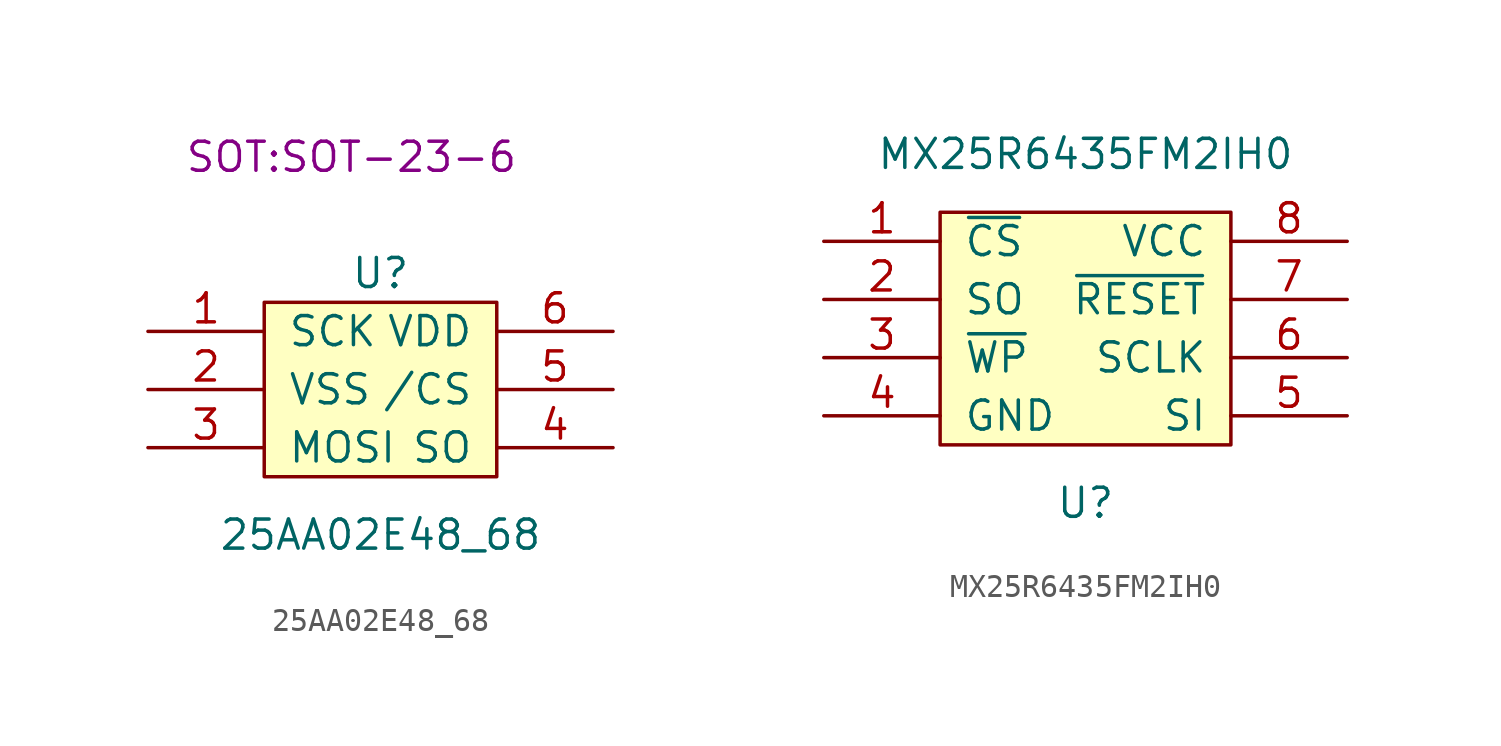
<source format=kicad_sym>
(kicad_symbol_lib
  (version 20211014)
  (generator kicad_symbol_editor)
  (symbol "25AA02E48_68"
    (pin_names
      (offset 1.016))
    (property "Reference" "U"
      (at 0 5.08 0)
      (effects (font (size 1.27 1.27))))
    (property "Value" "25AA02E48_68"
      (at 0 -6.35 0)
      (effects (font (size 1.27 1.27))))
    (property "Footprint" "SOT:SOT-23-6"
      (at -1.27 10.16 0)
      (effects (font (size 1.27 1.27))))
    (property "Datasheet" ""
      (at 0 0 0)
      (effects (font (size 1.27 1.27))))
    (symbol "25AA02E48_68_0_1"
      (rectangle (start -5.08 3.81) (end 5.08 -3.81) (stroke (width 0) (type default) (color 0 0 0 0)) (fill (type background))))
    (symbol "25AA02E48_68_1_1"
      (pin input line (at -10.16 2.54 0) (length 5.08) (name "SCK" (effects (font (size 1.27 1.27)))) (number "1" (effects (font (size 1.27 1.27)))))
      (pin input line (at -10.16 0 0) (length 5.08) (name "VSS" (effects (font (size 1.27 1.27)))) (number "2" (effects (font (size 1.27 1.27)))))
      (pin input line (at -10.16 -2.54 0) (length 5.08) (name "MOSI" (effects (font (size 1.27 1.27)))) (number "3" (effects (font (size 1.27 1.27)))))
      (pin output line (at 10.16 -2.54 180) (length 5.08) (name "SO" (effects (font (size 1.27 1.27)))) (number "4" (effects (font (size 1.27 1.27)))))
      (pin input line (at 10.16 0 180) (length 5.08) (name "/CS" (effects (font (size 1.27 1.27)))) (number "5" (effects (font (size 1.27 1.27)))))
      (pin input line (at 10.16 2.54 180) (length 5.08) (name "VDD" (effects (font (size 1.27 1.27)))) (number "6" (effects (font (size 1.27 1.27)))))))
  (symbol "MX25R6435FM2IH0"
    (pin_names
      (offset 1.016))
    (property "Reference" "U"
      (at 0 -7.62 0)
      (effects (font (size 1.27 1.27))))
    (property "Value" "MX25R6435FM2IH0"
      (at 0 7.62 0)
      (effects (font (size 1.27 1.27))))
    (symbol "MX25R6435FM2IH0_0_1"
      (rectangle (start -6.35 5.08) (end 6.35 -5.08) (stroke (width 0) (type default) (color 0 0 0 0)) (fill (type background))))
    (symbol "MX25R6435FM2IH0_1_1"
      (pin input line (at -11.43 3.81 0) (length 5.08) (name "~{CS}" (effects (font (size 1.27 1.27)))) (number "1" (effects (font (size 1.27 1.27)))))
      (pin output line (at -11.43 1.27 0) (length 5.08) (name "SO" (effects (font (size 1.27 1.27)))) (number "2" (effects (font (size 1.27 1.27)))))
      (pin input line (at -11.43 -1.27 0) (length 5.08) (name "~{WP}" (effects (font (size 1.27 1.27)))) (number "3" (effects (font (size 1.27 1.27)))))
      (pin power_in line (at -11.43 -3.81 0) (length 5.08) (name "GND" (effects (font (size 1.27 1.27)))) (number "4" (effects (font (size 1.27 1.27)))))
      (pin input line (at 11.43 -3.81 180) (length 5.08) (name "SI" (effects (font (size 1.27 1.27)))) (number "5" (effects (font (size 1.27 1.27)))))
      (pin input line (at 11.43 -1.27 180) (length 5.08) (name "SCLK" (effects (font (size 1.27 1.27)))) (number "6" (effects (font (size 1.27 1.27)))))
      (pin input line (at 11.43 1.27 180) (length 5.08) (name "~{RESET}" (effects (font (size 1.27 1.27)))) (number "7" (effects (font (size 1.27 1.27)))))
      (pin power_in line (at 11.43 3.81 180) (length 5.08) (name "VCC" (effects (font (size 1.27 1.27)))) (number "8" (effects (font (size 1.27 1.27))))))))
</source>
